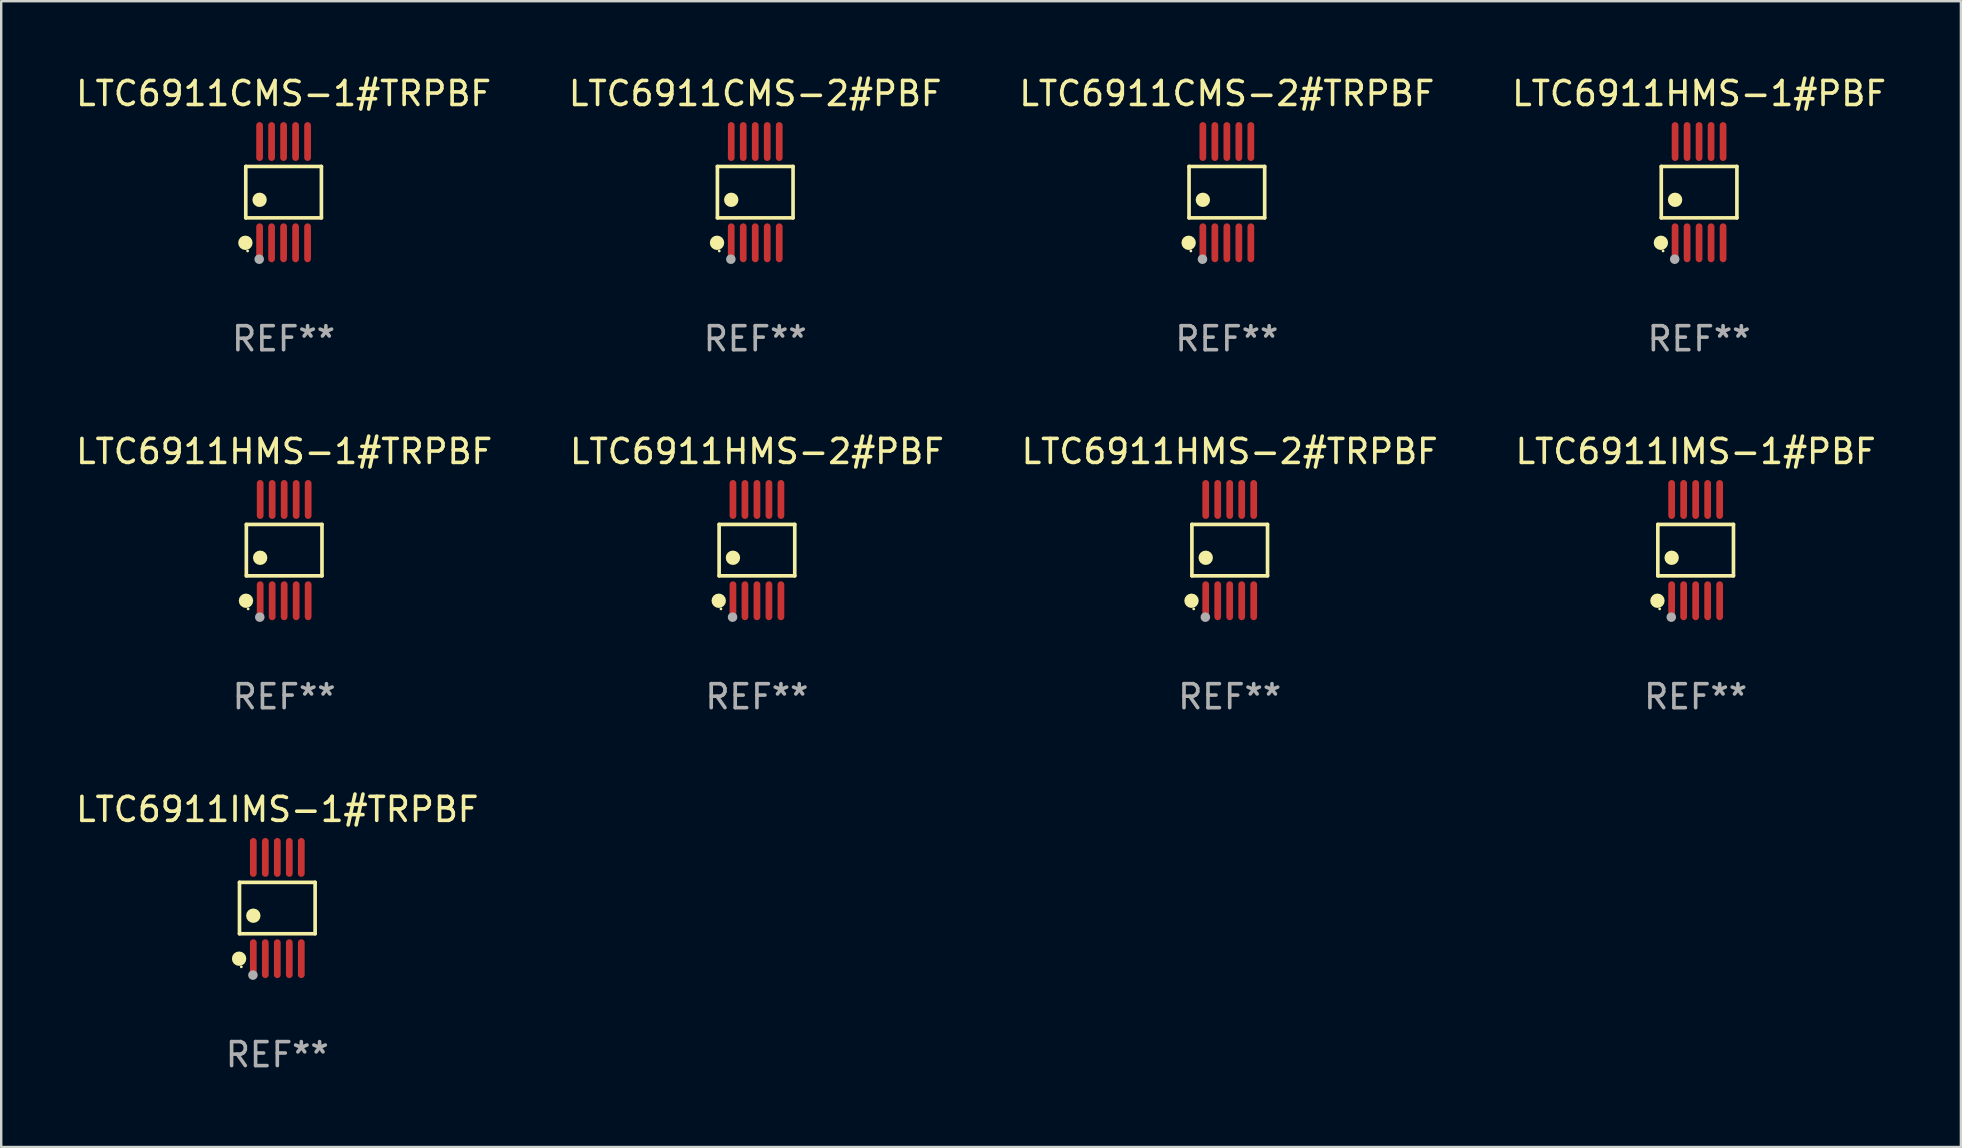
<source format=kicad_pcb>
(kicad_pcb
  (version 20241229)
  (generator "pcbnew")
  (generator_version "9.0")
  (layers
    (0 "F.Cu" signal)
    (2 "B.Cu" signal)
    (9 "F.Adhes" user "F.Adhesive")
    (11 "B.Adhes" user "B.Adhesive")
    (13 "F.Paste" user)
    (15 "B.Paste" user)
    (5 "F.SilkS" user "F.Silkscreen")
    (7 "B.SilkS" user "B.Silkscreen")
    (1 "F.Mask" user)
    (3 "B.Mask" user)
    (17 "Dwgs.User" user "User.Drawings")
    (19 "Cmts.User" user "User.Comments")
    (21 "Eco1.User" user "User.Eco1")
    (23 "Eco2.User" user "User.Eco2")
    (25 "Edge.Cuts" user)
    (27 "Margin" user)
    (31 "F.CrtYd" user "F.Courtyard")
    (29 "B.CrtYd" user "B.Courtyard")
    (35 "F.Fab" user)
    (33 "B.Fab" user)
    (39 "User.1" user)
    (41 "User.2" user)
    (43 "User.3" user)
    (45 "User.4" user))
  (footprint "LTC6911IMS-1#PBF"
    (layer "F.Cu")
    (at 67.613 19.875)
    (property "Reference" "LTC6911IMS-1#PBF" (at 0 -4.11 0) (layer "F.SilkS") (effects (font (size 1 1) (thickness 0.15))))
    (attr through_hole)
    (fp_line (start -1.576 -1.071) (end 1.576 -1.071) (stroke (width 0.152) (type solid)) (layer "F.SilkS"))
    (fp_line (start -1.576 1.071) (end -1.576 -1.071) (stroke (width 0.152) (type solid)) (layer "F.SilkS"))
    (fp_line (start 1.576 -1.071) (end 1.576 1.071) (stroke (width 0.152) (type solid)) (layer "F.SilkS"))
    (fp_line (start 1.576 1.071) (end -1.576 1.071) (stroke (width 0.152) (type solid)) (layer "F.SilkS"))
    (fp_circle (center -1.592 2.11) (end -1.442 2.11) (stroke (width 0.3) (type solid)) (fill no) (layer "F.SilkS"))
    (fp_circle (center -1.5 2.45) (end -1.47 2.45) (stroke (width 0.06) (type solid)) (fill no) (layer "F.SilkS"))
    (fp_circle (center -1 0.319) (end -0.85 0.319) (stroke (width 0.3) (type solid)) (fill no) (layer "F.SilkS"))
    (fp_circle (center -1.016 2.794) (end -0.916 2.794) (stroke (width 0.2) (type solid)) (fill no) (layer "F.Fab"))
    (fp_text user "REF**" (at 0 6.11 0) (layer "F.Fab") (effects (font (size 1 1) (thickness 0.15))))
    (pad "1" smd oval (at -1 2.11) (size 0.28 1.62) (layers "F.Cu" "F.Mask" "F.Paste"))
    (pad "2" smd oval (at -0.5 2.11) (size 0.28 1.62) (layers "F.Cu" "F.Mask" "F.Paste"))
    (pad "3" smd oval (at 0 2.11) (size 0.28 1.62) (layers "F.Cu" "F.Mask" "F.Paste"))
    (pad "4" smd oval (at 0.5 2.11) (size 0.28 1.62) (layers "F.Cu" "F.Mask" "F.Paste"))
    (pad "5" smd oval (at 1 2.11) (size 0.28 1.62) (layers "F.Cu" "F.Mask" "F.Paste"))
    (pad "6" smd oval (at 1 -2.11) (size 0.28 1.62) (layers "F.Cu" "F.Mask" "F.Paste"))
    (pad "7" smd oval (at 0.5 -2.11) (size 0.28 1.62) (layers "F.Cu" "F.Mask" "F.Paste"))
    (pad "8" smd oval (at 0 -2.11) (size 0.28 1.62) (layers "F.Cu" "F.Mask" "F.Paste"))
    (pad "9" smd oval (at -0.5 -2.11) (size 0.28 1.62) (layers "F.Cu" "F.Mask" "F.Paste"))
    (pad "10" smd oval (at -1 -2.11) (size 0.28 1.62) (layers "F.Cu" "F.Mask" "F.Paste")))
  (footprint "LTC6911HMS-1#PBF"
    (layer "F.Cu")
    (at 67.756 4.958)
    (property "Reference" "LTC6911HMS-1#PBF" (at 0 -4.11 0) (layer "F.SilkS") (effects (font (size 1 1) (thickness 0.15))))
    (attr through_hole)
    (fp_line (start -1.576 -1.071) (end 1.576 -1.071) (stroke (width 0.152) (type solid)) (layer "F.SilkS"))
    (fp_line (start -1.576 1.071) (end -1.576 -1.071) (stroke (width 0.152) (type solid)) (layer "F.SilkS"))
    (fp_line (start 1.576 -1.071) (end 1.576 1.071) (stroke (width 0.152) (type solid)) (layer "F.SilkS"))
    (fp_line (start 1.576 1.071) (end -1.576 1.071) (stroke (width 0.152) (type solid)) (layer "F.SilkS"))
    (fp_circle (center -1.592 2.11) (end -1.442 2.11) (stroke (width 0.3) (type solid)) (fill no) (layer "F.SilkS"))
    (fp_circle (center -1.5 2.45) (end -1.47 2.45) (stroke (width 0.06) (type solid)) (fill no) (layer "F.SilkS"))
    (fp_circle (center -1 0.319) (end -0.85 0.319) (stroke (width 0.3) (type solid)) (fill no) (layer "F.SilkS"))
    (fp_circle (center -1.016 2.794) (end -0.916 2.794) (stroke (width 0.2) (type solid)) (fill no) (layer "F.Fab"))
    (fp_text user "REF**" (at 0 6.11 0) (layer "F.Fab") (effects (font (size 1 1) (thickness 0.15))))
    (pad "1" smd oval (at -1 2.11) (size 0.28 1.62) (layers "F.Cu" "F.Mask" "F.Paste"))
    (pad "2" smd oval (at -0.5 2.11) (size 0.28 1.62) (layers "F.Cu" "F.Mask" "F.Paste"))
    (pad "3" smd oval (at 0 2.11) (size 0.28 1.62) (layers "F.Cu" "F.Mask" "F.Paste"))
    (pad "4" smd oval (at 0.5 2.11) (size 0.28 1.62) (layers "F.Cu" "F.Mask" "F.Paste"))
    (pad "5" smd oval (at 1 2.11) (size 0.28 1.62) (layers "F.Cu" "F.Mask" "F.Paste"))
    (pad "6" smd oval (at 1 -2.11) (size 0.28 1.62) (layers "F.Cu" "F.Mask" "F.Paste"))
    (pad "7" smd oval (at 0.5 -2.11) (size 0.28 1.62) (layers "F.Cu" "F.Mask" "F.Paste"))
    (pad "8" smd oval (at 0 -2.11) (size 0.28 1.62) (layers "F.Cu" "F.Mask" "F.Paste"))
    (pad "9" smd oval (at -0.5 -2.11) (size 0.28 1.62) (layers "F.Cu" "F.Mask" "F.Paste"))
    (pad "10" smd oval (at -1 -2.11) (size 0.28 1.62) (layers "F.Cu" "F.Mask" "F.Paste")))
  (footprint "LTC6911CMS-2#TRPBF"
    (layer "F.Cu")
    (at 48.077 4.958)
    (property "Reference" "LTC6911CMS-2#TRPBF" (at 0 -4.11 0) (layer "F.SilkS") (effects (font (size 1 1) (thickness 0.15))))
    (attr through_hole)
    (fp_line (start -1.576 -1.071) (end 1.576 -1.071) (stroke (width 0.152) (type solid)) (layer "F.SilkS"))
    (fp_line (start -1.576 1.071) (end -1.576 -1.071) (stroke (width 0.152) (type solid)) (layer "F.SilkS"))
    (fp_line (start 1.576 -1.071) (end 1.576 1.071) (stroke (width 0.152) (type solid)) (layer "F.SilkS"))
    (fp_line (start 1.576 1.071) (end -1.576 1.071) (stroke (width 0.152) (type solid)) (layer "F.SilkS"))
    (fp_circle (center -1.592 2.11) (end -1.442 2.11) (stroke (width 0.3) (type solid)) (fill no) (layer "F.SilkS"))
    (fp_circle (center -1.5 2.45) (end -1.47 2.45) (stroke (width 0.06) (type solid)) (fill no) (layer "F.SilkS"))
    (fp_circle (center -1 0.319) (end -0.85 0.319) (stroke (width 0.3) (type solid)) (fill no) (layer "F.SilkS"))
    (fp_circle (center -1.016 2.794) (end -0.916 2.794) (stroke (width 0.2) (type solid)) (fill no) (layer "F.Fab"))
    (fp_text user "REF**" (at 0 6.11 0) (layer "F.Fab") (effects (font (size 1 1) (thickness 0.15))))
    (pad "1" smd oval (at -1 2.11) (size 0.28 1.62) (layers "F.Cu" "F.Mask" "F.Paste"))
    (pad "2" smd oval (at -0.5 2.11) (size 0.28 1.62) (layers "F.Cu" "F.Mask" "F.Paste"))
    (pad "3" smd oval (at 0 2.11) (size 0.28 1.62) (layers "F.Cu" "F.Mask" "F.Paste"))
    (pad "4" smd oval (at 0.5 2.11) (size 0.28 1.62) (layers "F.Cu" "F.Mask" "F.Paste"))
    (pad "5" smd oval (at 1 2.11) (size 0.28 1.62) (layers "F.Cu" "F.Mask" "F.Paste"))
    (pad "6" smd oval (at 1 -2.11) (size 0.28 1.62) (layers "F.Cu" "F.Mask" "F.Paste"))
    (pad "7" smd oval (at 0.5 -2.11) (size 0.28 1.62) (layers "F.Cu" "F.Mask" "F.Paste"))
    (pad "8" smd oval (at 0 -2.11) (size 0.28 1.62) (layers "F.Cu" "F.Mask" "F.Paste"))
    (pad "9" smd oval (at -0.5 -2.11) (size 0.28 1.62) (layers "F.Cu" "F.Mask" "F.Paste"))
    (pad "10" smd oval (at -1 -2.11) (size 0.28 1.62) (layers "F.Cu" "F.Mask" "F.Paste")))
  (footprint "LTC6911IMS-1#TRPBF"
    (layer "F.Cu")
    (at 8.506 34.791)
    (property "Reference" "LTC6911IMS-1#TRPBF" (at 0 -4.11 0) (layer "F.SilkS") (effects (font (size 1 1) (thickness 0.15))))
    (attr through_hole)
    (fp_line (start -1.576 -1.071) (end 1.576 -1.071) (stroke (width 0.152) (type solid)) (layer "F.SilkS"))
    (fp_line (start -1.576 1.071) (end -1.576 -1.071) (stroke (width 0.152) (type solid)) (layer "F.SilkS"))
    (fp_line (start 1.576 -1.071) (end 1.576 1.071) (stroke (width 0.152) (type solid)) (layer "F.SilkS"))
    (fp_line (start 1.576 1.071) (end -1.576 1.071) (stroke (width 0.152) (type solid)) (layer "F.SilkS"))
    (fp_circle (center -1.592 2.11) (end -1.442 2.11) (stroke (width 0.3) (type solid)) (fill no) (layer "F.SilkS"))
    (fp_circle (center -1.5 2.45) (end -1.47 2.45) (stroke (width 0.06) (type solid)) (fill no) (layer "F.SilkS"))
    (fp_circle (center -1 0.319) (end -0.85 0.319) (stroke (width 0.3) (type solid)) (fill no) (layer "F.SilkS"))
    (fp_circle (center -1.016 2.794) (end -0.916 2.794) (stroke (width 0.2) (type solid)) (fill no) (layer "F.Fab"))
    (fp_text user "REF**" (at 0 6.11 0) (layer "F.Fab") (effects (font (size 1 1) (thickness 0.15))))
    (pad "1" smd oval (at -1 2.11) (size 0.28 1.62) (layers "F.Cu" "F.Mask" "F.Paste"))
    (pad "2" smd oval (at -0.5 2.11) (size 0.28 1.62) (layers "F.Cu" "F.Mask" "F.Paste"))
    (pad "3" smd oval (at 0 2.11) (size 0.28 1.62) (layers "F.Cu" "F.Mask" "F.Paste"))
    (pad "4" smd oval (at 0.5 2.11) (size 0.28 1.62) (layers "F.Cu" "F.Mask" "F.Paste"))
    (pad "5" smd oval (at 1 2.11) (size 0.28 1.62) (layers "F.Cu" "F.Mask" "F.Paste"))
    (pad "6" smd oval (at 1 -2.11) (size 0.28 1.62) (layers "F.Cu" "F.Mask" "F.Paste"))
    (pad "7" smd oval (at 0.5 -2.11) (size 0.28 1.62) (layers "F.Cu" "F.Mask" "F.Paste"))
    (pad "8" smd oval (at 0 -2.11) (size 0.28 1.62) (layers "F.Cu" "F.Mask" "F.Paste"))
    (pad "9" smd oval (at -0.5 -2.11) (size 0.28 1.62) (layers "F.Cu" "F.Mask" "F.Paste"))
    (pad "10" smd oval (at -1 -2.11) (size 0.28 1.62) (layers "F.Cu" "F.Mask" "F.Paste")))
  (footprint "LTC6911CMS-1#TRPBF"
    (layer "F.Cu")
    (at 8.768 4.958)
    (property "Reference" "LTC6911CMS-1#TRPBF" (at 0 -4.11 0) (layer "F.SilkS") (effects (font (size 1 1) (thickness 0.15))))
    (attr through_hole)
    (fp_line (start -1.576 -1.071) (end 1.576 -1.071) (stroke (width 0.152) (type solid)) (layer "F.SilkS"))
    (fp_line (start -1.576 1.071) (end -1.576 -1.071) (stroke (width 0.152) (type solid)) (layer "F.SilkS"))
    (fp_line (start 1.576 -1.071) (end 1.576 1.071) (stroke (width 0.152) (type solid)) (layer "F.SilkS"))
    (fp_line (start 1.576 1.071) (end -1.576 1.071) (stroke (width 0.152) (type solid)) (layer "F.SilkS"))
    (fp_circle (center -1.592 2.11) (end -1.442 2.11) (stroke (width 0.3) (type solid)) (fill no) (layer "F.SilkS"))
    (fp_circle (center -1.5 2.45) (end -1.47 2.45) (stroke (width 0.06) (type solid)) (fill no) (layer "F.SilkS"))
    (fp_circle (center -1 0.319) (end -0.85 0.319) (stroke (width 0.3) (type solid)) (fill no) (layer "F.SilkS"))
    (fp_circle (center -1.016 2.794) (end -0.916 2.794) (stroke (width 0.2) (type solid)) (fill no) (layer "F.Fab"))
    (fp_text user "REF**" (at 0 6.11 0) (layer "F.Fab") (effects (font (size 1 1) (thickness 0.15))))
    (pad "1" smd oval (at -1 2.11) (size 0.28 1.62) (layers "F.Cu" "F.Mask" "F.Paste"))
    (pad "2" smd oval (at -0.5 2.11) (size 0.28 1.62) (layers "F.Cu" "F.Mask" "F.Paste"))
    (pad "3" smd oval (at 0 2.11) (size 0.28 1.62) (layers "F.Cu" "F.Mask" "F.Paste"))
    (pad "4" smd oval (at 0.5 2.11) (size 0.28 1.62) (layers "F.Cu" "F.Mask" "F.Paste"))
    (pad "5" smd oval (at 1 2.11) (size 0.28 1.62) (layers "F.Cu" "F.Mask" "F.Paste"))
    (pad "6" smd oval (at 1 -2.11) (size 0.28 1.62) (layers "F.Cu" "F.Mask" "F.Paste"))
    (pad "7" smd oval (at 0.5 -2.11) (size 0.28 1.62) (layers "F.Cu" "F.Mask" "F.Paste"))
    (pad "8" smd oval (at 0 -2.11) (size 0.28 1.62) (layers "F.Cu" "F.Mask" "F.Paste"))
    (pad "9" smd oval (at -0.5 -2.11) (size 0.28 1.62) (layers "F.Cu" "F.Mask" "F.Paste"))
    (pad "10" smd oval (at -1 -2.11) (size 0.28 1.62) (layers "F.Cu" "F.Mask" "F.Paste")))
  (footprint "LTC6911HMS-1#TRPBF"
    (layer "F.Cu")
    (at 8.792 19.875)
    (property "Reference" "LTC6911HMS-1#TRPBF" (at 0 -4.11 0) (layer "F.SilkS") (effects (font (size 1 1) (thickness 0.15))))
    (attr through_hole)
    (fp_line (start -1.576 -1.071) (end 1.576 -1.071) (stroke (width 0.152) (type solid)) (layer "F.SilkS"))
    (fp_line (start -1.576 1.071) (end -1.576 -1.071) (stroke (width 0.152) (type solid)) (layer "F.SilkS"))
    (fp_line (start 1.576 -1.071) (end 1.576 1.071) (stroke (width 0.152) (type solid)) (layer "F.SilkS"))
    (fp_line (start 1.576 1.071) (end -1.576 1.071) (stroke (width 0.152) (type solid)) (layer "F.SilkS"))
    (fp_circle (center -1.592 2.11) (end -1.442 2.11) (stroke (width 0.3) (type solid)) (fill no) (layer "F.SilkS"))
    (fp_circle (center -1.5 2.45) (end -1.47 2.45) (stroke (width 0.06) (type solid)) (fill no) (layer "F.SilkS"))
    (fp_circle (center -1 0.319) (end -0.85 0.319) (stroke (width 0.3) (type solid)) (fill no) (layer "F.SilkS"))
    (fp_circle (center -1.016 2.794) (end -0.916 2.794) (stroke (width 0.2) (type solid)) (fill no) (layer "F.Fab"))
    (fp_text user "REF**" (at 0 6.11 0) (layer "F.Fab") (effects (font (size 1 1) (thickness 0.15))))
    (pad "1" smd oval (at -1 2.11) (size 0.28 1.62) (layers "F.Cu" "F.Mask" "F.Paste"))
    (pad "2" smd oval (at -0.5 2.11) (size 0.28 1.62) (layers "F.Cu" "F.Mask" "F.Paste"))
    (pad "3" smd oval (at 0 2.11) (size 0.28 1.62) (layers "F.Cu" "F.Mask" "F.Paste"))
    (pad "4" smd oval (at 0.5 2.11) (size 0.28 1.62) (layers "F.Cu" "F.Mask" "F.Paste"))
    (pad "5" smd oval (at 1 2.11) (size 0.28 1.62) (layers "F.Cu" "F.Mask" "F.Paste"))
    (pad "6" smd oval (at 1 -2.11) (size 0.28 1.62) (layers "F.Cu" "F.Mask" "F.Paste"))
    (pad "7" smd oval (at 0.5 -2.11) (size 0.28 1.62) (layers "F.Cu" "F.Mask" "F.Paste"))
    (pad "8" smd oval (at 0 -2.11) (size 0.28 1.62) (layers "F.Cu" "F.Mask" "F.Paste"))
    (pad "9" smd oval (at -0.5 -2.11) (size 0.28 1.62) (layers "F.Cu" "F.Mask" "F.Paste"))
    (pad "10" smd oval (at -1 -2.11) (size 0.28 1.62) (layers "F.Cu" "F.Mask" "F.Paste")))
  (footprint "LTC6911CMS-2#PBF"
    (layer "F.Cu")
    (at 28.423 4.958)
    (property "Reference" "LTC6911CMS-2#PBF" (at 0 -4.11 0) (layer "F.SilkS") (effects (font (size 1 1) (thickness 0.15))))
    (attr through_hole)
    (fp_line (start -1.576 -1.071) (end 1.576 -1.071) (stroke (width 0.152) (type solid)) (layer "F.SilkS"))
    (fp_line (start -1.576 1.071) (end -1.576 -1.071) (stroke (width 0.152) (type solid)) (layer "F.SilkS"))
    (fp_line (start 1.576 -1.071) (end 1.576 1.071) (stroke (width 0.152) (type solid)) (layer "F.SilkS"))
    (fp_line (start 1.576 1.071) (end -1.576 1.071) (stroke (width 0.152) (type solid)) (layer "F.SilkS"))
    (fp_circle (center -1.592 2.11) (end -1.442 2.11) (stroke (width 0.3) (type solid)) (fill no) (layer "F.SilkS"))
    (fp_circle (center -1.5 2.45) (end -1.47 2.45) (stroke (width 0.06) (type solid)) (fill no) (layer "F.SilkS"))
    (fp_circle (center -1 0.319) (end -0.85 0.319) (stroke (width 0.3) (type solid)) (fill no) (layer "F.SilkS"))
    (fp_circle (center -1.016 2.794) (end -0.916 2.794) (stroke (width 0.2) (type solid)) (fill no) (layer "F.Fab"))
    (fp_text user "REF**" (at 0 6.11 0) (layer "F.Fab") (effects (font (size 1 1) (thickness 0.15))))
    (pad "1" smd oval (at -1 2.11) (size 0.28 1.62) (layers "F.Cu" "F.Mask" "F.Paste"))
    (pad "2" smd oval (at -0.5 2.11) (size 0.28 1.62) (layers "F.Cu" "F.Mask" "F.Paste"))
    (pad "3" smd oval (at 0 2.11) (size 0.28 1.62) (layers "F.Cu" "F.Mask" "F.Paste"))
    (pad "4" smd oval (at 0.5 2.11) (size 0.28 1.62) (layers "F.Cu" "F.Mask" "F.Paste"))
    (pad "5" smd oval (at 1 2.11) (size 0.28 1.62) (layers "F.Cu" "F.Mask" "F.Paste"))
    (pad "6" smd oval (at 1 -2.11) (size 0.28 1.62) (layers "F.Cu" "F.Mask" "F.Paste"))
    (pad "7" smd oval (at 0.5 -2.11) (size 0.28 1.62) (layers "F.Cu" "F.Mask" "F.Paste"))
    (pad "8" smd oval (at 0 -2.11) (size 0.28 1.62) (layers "F.Cu" "F.Mask" "F.Paste"))
    (pad "9" smd oval (at -0.5 -2.11) (size 0.28 1.62) (layers "F.Cu" "F.Mask" "F.Paste"))
    (pad "10" smd oval (at -1 -2.11) (size 0.28 1.62) (layers "F.Cu" "F.Mask" "F.Paste")))
  (footprint "LTC6911HMS-2#TRPBF"
    (layer "F.Cu")
    (at 48.196 19.875)
    (property "Reference" "LTC6911HMS-2#TRPBF" (at 0 -4.11 0) (layer "F.SilkS") (effects (font (size 1 1) (thickness 0.15))))
    (attr through_hole)
    (fp_line (start -1.576 -1.071) (end 1.576 -1.071) (stroke (width 0.152) (type solid)) (layer "F.SilkS"))
    (fp_line (start -1.576 1.071) (end -1.576 -1.071) (stroke (width 0.152) (type solid)) (layer "F.SilkS"))
    (fp_line (start 1.576 -1.071) (end 1.576 1.071) (stroke (width 0.152) (type solid)) (layer "F.SilkS"))
    (fp_line (start 1.576 1.071) (end -1.576 1.071) (stroke (width 0.152) (type solid)) (layer "F.SilkS"))
    (fp_circle (center -1.592 2.11) (end -1.442 2.11) (stroke (width 0.3) (type solid)) (fill no) (layer "F.SilkS"))
    (fp_circle (center -1.5 2.45) (end -1.47 2.45) (stroke (width 0.06) (type solid)) (fill no) (layer "F.SilkS"))
    (fp_circle (center -1 0.319) (end -0.85 0.319) (stroke (width 0.3) (type solid)) (fill no) (layer "F.SilkS"))
    (fp_circle (center -1.016 2.794) (end -0.916 2.794) (stroke (width 0.2) (type solid)) (fill no) (layer "F.Fab"))
    (fp_text user "REF**" (at 0 6.11 0) (layer "F.Fab") (effects (font (size 1 1) (thickness 0.15))))
    (pad "1" smd oval (at -1 2.11) (size 0.28 1.62) (layers "F.Cu" "F.Mask" "F.Paste"))
    (pad "2" smd oval (at -0.5 2.11) (size 0.28 1.62) (layers "F.Cu" "F.Mask" "F.Paste"))
    (pad "3" smd oval (at 0 2.11) (size 0.28 1.62) (layers "F.Cu" "F.Mask" "F.Paste"))
    (pad "4" smd oval (at 0.5 2.11) (size 0.28 1.62) (layers "F.Cu" "F.Mask" "F.Paste"))
    (pad "5" smd oval (at 1 2.11) (size 0.28 1.62) (layers "F.Cu" "F.Mask" "F.Paste"))
    (pad "6" smd oval (at 1 -2.11) (size 0.28 1.62) (layers "F.Cu" "F.Mask" "F.Paste"))
    (pad "7" smd oval (at 0.5 -2.11) (size 0.28 1.62) (layers "F.Cu" "F.Mask" "F.Paste"))
    (pad "8" smd oval (at 0 -2.11) (size 0.28 1.62) (layers "F.Cu" "F.Mask" "F.Paste"))
    (pad "9" smd oval (at -0.5 -2.11) (size 0.28 1.62) (layers "F.Cu" "F.Mask" "F.Paste"))
    (pad "10" smd oval (at -1 -2.11) (size 0.28 1.62) (layers "F.Cu" "F.Mask" "F.Paste")))
  (footprint "LTC6911HMS-2#PBF"
    (layer "F.Cu")
    (at 28.494 19.875)
    (property "Reference" "LTC6911HMS-2#PBF" (at 0 -4.11 0) (layer "F.SilkS") (effects (font (size 1 1) (thickness 0.15))))
    (attr through_hole)
    (fp_line (start -1.576 -1.071) (end 1.576 -1.071) (stroke (width 0.152) (type solid)) (layer "F.SilkS"))
    (fp_line (start -1.576 1.071) (end -1.576 -1.071) (stroke (width 0.152) (type solid)) (layer "F.SilkS"))
    (fp_line (start 1.576 -1.071) (end 1.576 1.071) (stroke (width 0.152) (type solid)) (layer "F.SilkS"))
    (fp_line (start 1.576 1.071) (end -1.576 1.071) (stroke (width 0.152) (type solid)) (layer "F.SilkS"))
    (fp_circle (center -1.592 2.11) (end -1.442 2.11) (stroke (width 0.3) (type solid)) (fill no) (layer "F.SilkS"))
    (fp_circle (center -1.5 2.45) (end -1.47 2.45) (stroke (width 0.06) (type solid)) (fill no) (layer "F.SilkS"))
    (fp_circle (center -1 0.319) (end -0.85 0.319) (stroke (width 0.3) (type solid)) (fill no) (layer "F.SilkS"))
    (fp_circle (center -1.016 2.794) (end -0.916 2.794) (stroke (width 0.2) (type solid)) (fill no) (layer "F.Fab"))
    (fp_text user "REF**" (at 0 6.11 0) (layer "F.Fab") (effects (font (size 1 1) (thickness 0.15))))
    (pad "1" smd oval (at -1 2.11) (size 0.28 1.62) (layers "F.Cu" "F.Mask" "F.Paste"))
    (pad "2" smd oval (at -0.5 2.11) (size 0.28 1.62) (layers "F.Cu" "F.Mask" "F.Paste"))
    (pad "3" smd oval (at 0 2.11) (size 0.28 1.62) (layers "F.Cu" "F.Mask" "F.Paste"))
    (pad "4" smd oval (at 0.5 2.11) (size 0.28 1.62) (layers "F.Cu" "F.Mask" "F.Paste"))
    (pad "5" smd oval (at 1 2.11) (size 0.28 1.62) (layers "F.Cu" "F.Mask" "F.Paste"))
    (pad "6" smd oval (at 1 -2.11) (size 0.28 1.62) (layers "F.Cu" "F.Mask" "F.Paste"))
    (pad "7" smd oval (at 0.5 -2.11) (size 0.28 1.62) (layers "F.Cu" "F.Mask" "F.Paste"))
    (pad "8" smd oval (at 0 -2.11) (size 0.28 1.62) (layers "F.Cu" "F.Mask" "F.Paste"))
    (pad "9" smd oval (at -0.5 -2.11) (size 0.28 1.62) (layers "F.Cu" "F.Mask" "F.Paste"))
    (pad "10" smd oval (at -1 -2.11) (size 0.28 1.62) (layers "F.Cu" "F.Mask" "F.Paste")))
  (gr_rect
    (start -3 -3)
    (end 78.667 44.749)
    (stroke (width 0.1) (type default))
    (fill no)
    (layer "Edge.Cuts")))
</source>
